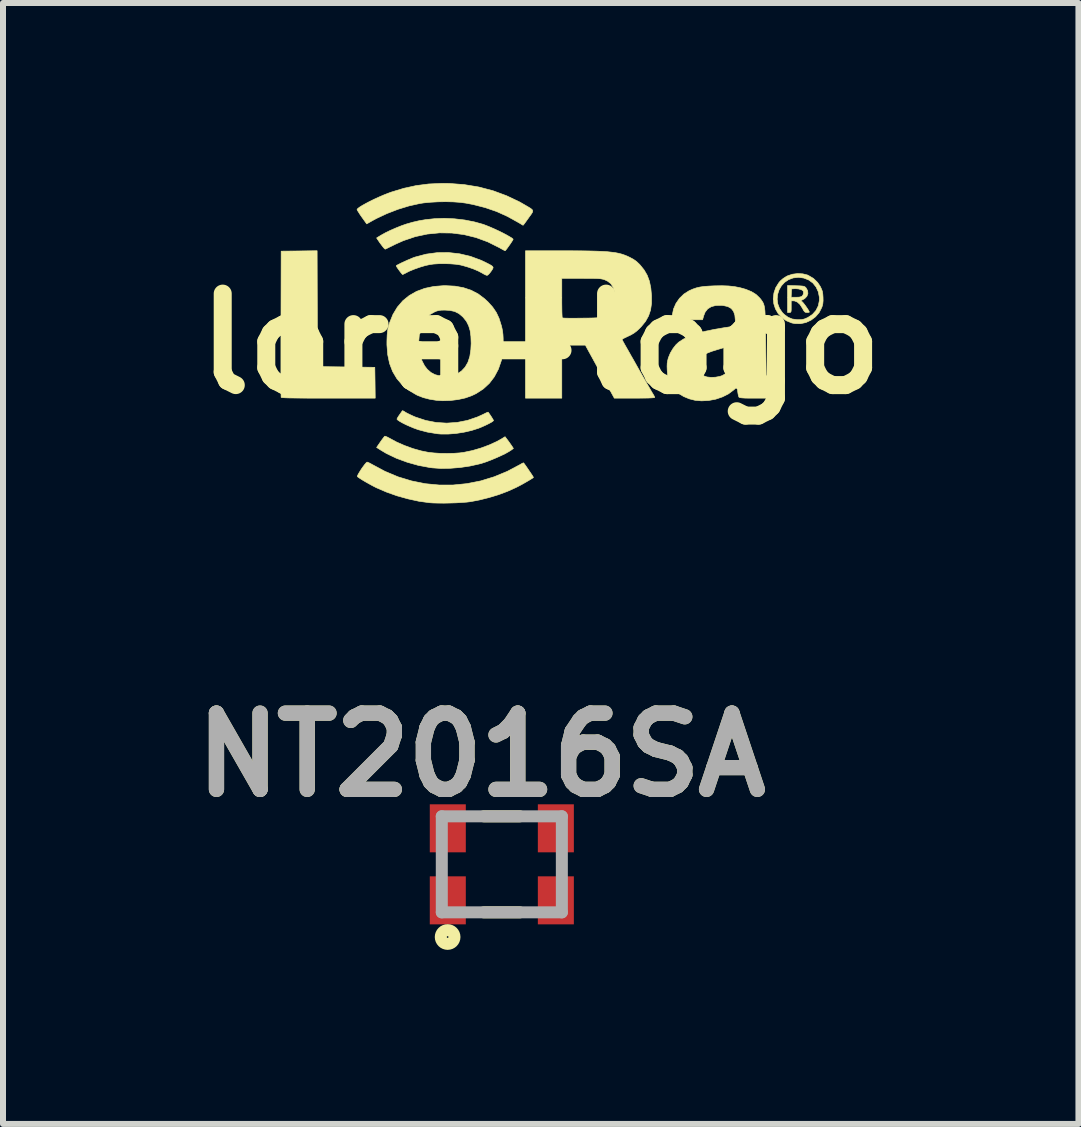
<source format=kicad_pcb>
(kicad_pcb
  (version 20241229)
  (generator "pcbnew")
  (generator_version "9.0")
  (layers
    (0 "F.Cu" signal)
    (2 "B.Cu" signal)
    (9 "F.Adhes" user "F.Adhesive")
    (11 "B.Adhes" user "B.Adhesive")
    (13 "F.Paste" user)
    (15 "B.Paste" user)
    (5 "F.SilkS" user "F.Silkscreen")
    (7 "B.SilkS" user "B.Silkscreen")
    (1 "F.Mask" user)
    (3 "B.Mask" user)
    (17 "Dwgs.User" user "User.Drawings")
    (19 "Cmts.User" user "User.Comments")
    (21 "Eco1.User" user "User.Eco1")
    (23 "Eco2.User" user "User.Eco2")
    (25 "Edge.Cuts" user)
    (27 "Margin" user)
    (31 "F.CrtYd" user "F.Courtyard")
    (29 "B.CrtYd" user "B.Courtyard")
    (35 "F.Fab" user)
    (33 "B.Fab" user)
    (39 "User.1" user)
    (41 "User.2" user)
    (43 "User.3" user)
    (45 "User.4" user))
  (footprint "lora-logo"
    (layer "F.Cu")
    (at 5.958 2.676)
    (property "Reference" "lora-logo" (at 0 0 0) (layer "F.SilkS") (effects (font (size 1.524 1.524) (thickness 0.3))))
    (attr through_hole)
    (fp_poly (pts (xy -3.722 -0.584) (xy -3.719 0.381) (xy -3.242 0.387) (xy -2.764 0.393) (xy -2.76 0.65) (xy -2.757 0.907) (xy -3.538 0.907) (xy -3.701 0.907) (xy -3.842 0.907) (xy -3.961 0.906) (xy -4.061 0.905) (xy -4.142 0.904) (xy -4.206 0.903) (xy -4.255 0.901) (xy -4.289 0.899) (xy -4.312 0.897) (xy -4.323 0.894) (xy -4.325 0.892) (xy -4.325 0.878) (xy -4.326 0.842) (xy -4.327 0.784) (xy -4.327 0.707) (xy -4.327 0.613) (xy -4.328 0.503) (xy -4.328 0.378) (xy -4.328 0.241) (xy -4.328 0.093) (xy -4.328 -0.065) (xy -4.327 -0.23) (xy -4.327 -0.333) (xy -4.324 -1.542) (xy -4.025 -1.545) (xy -3.725 -1.549) (xy -3.722 -0.584)) (stroke (width 0.01) (type solid)) (fill yes) (layer "F.SilkS"))
    (fp_poly (pts (xy -2.583 1.543) (xy -2.554 1.556) (xy -2.518 1.575) (xy -2.401 1.638) (xy -2.269 1.696) (xy -2.129 1.747) (xy -1.99 1.786) (xy -1.87 1.81) (xy -1.777 1.82) (xy -1.671 1.827) (xy -1.56 1.828) (xy -1.45 1.826) (xy -1.35 1.819) (xy -1.282 1.81) (xy -1.139 1.78) (xy -0.995 1.738) (xy -0.856 1.686) (xy -0.729 1.628) (xy -0.652 1.585) (xy -0.594 1.549) (xy -0.56 1.594) (xy -0.531 1.633) (xy -0.5 1.677) (xy -0.49 1.691) (xy -0.455 1.744) (xy -0.484 1.767) (xy -0.529 1.796) (xy -0.591 1.831) (xy -0.666 1.867) (xy -0.749 1.904) (xy -0.833 1.939) (xy -0.915 1.97) (xy -0.988 1.994) (xy -1.015 2.001) (xy -1.175 2.037) (xy -1.341 2.062) (xy -1.505 2.075) (xy -1.663 2.078) (xy -1.807 2.068) (xy -1.845 2.063) (xy -2.038 2.027) (xy -2.226 1.974) (xy -2.405 1.908) (xy -2.57 1.829) (xy -2.667 1.771) (xy -2.734 1.728) (xy -2.672 1.638) (xy -2.643 1.597) (xy -2.618 1.564) (xy -2.602 1.544) (xy -2.598 1.541) (xy -2.583 1.543)) (stroke (width 0.01) (type solid)) (fill yes) (layer "F.SilkS"))
    (fp_poly (pts (xy -2.292 1.119) (xy -2.268 1.132) (xy -2.254 1.142) (xy -2.223 1.159) (xy -2.176 1.182) (xy -2.122 1.207) (xy -2.087 1.222) (xy -1.917 1.278) (xy -1.743 1.312) (xy -1.567 1.323) (xy -1.391 1.311) (xy -1.219 1.277) (xy -1.053 1.22) (xy -0.963 1.179) (xy -0.923 1.159) (xy -0.893 1.145) (xy -0.877 1.14) (xy -0.876 1.14) (xy -0.864 1.156) (xy -0.845 1.183) (xy -0.823 1.216) (xy -0.803 1.248) (xy -0.79 1.271) (xy -0.786 1.279) (xy -0.797 1.291) (xy -0.825 1.31) (xy -0.868 1.333) (xy -0.921 1.359) (xy -0.979 1.385) (xy -1.035 1.408) (xy -1.151 1.445) (xy -1.278 1.474) (xy -1.411 1.495) (xy -1.541 1.505) (xy -1.662 1.505) (xy -1.721 1.5) (xy -1.89 1.472) (xy -2.041 1.432) (xy -2.118 1.404) (xy -2.182 1.377) (xy -2.245 1.349) (xy -2.301 1.321) (xy -2.347 1.295) (xy -2.38 1.273) (xy -2.394 1.258) (xy -2.395 1.256) (xy -2.388 1.24) (xy -2.371 1.211) (xy -2.35 1.181) (xy -2.327 1.148) (xy -2.31 1.124) (xy -2.303 1.115) (xy -2.292 1.119)) (stroke (width 0.01) (type solid)) (fill yes) (layer "F.SilkS"))
    (fp_poly (pts (xy -1.352 -1.498) (xy -1.17 -1.455) (xy -0.994 -1.39) (xy -0.924 -1.357) (xy -0.865 -1.327) (xy -0.825 -1.305) (xy -0.802 -1.287) (xy -0.793 -1.271) (xy -0.798 -1.252) (xy -0.813 -1.227) (xy -0.828 -1.205) (xy -0.854 -1.171) (xy -0.878 -1.147) (xy -0.894 -1.138) (xy -0.914 -1.144) (xy -0.947 -1.16) (xy -0.974 -1.176) (xy -1.04 -1.211) (xy -1.122 -1.246) (xy -1.212 -1.277) (xy -1.302 -1.303) (xy -1.343 -1.313) (xy -1.417 -1.324) (xy -1.506 -1.331) (xy -1.603 -1.334) (xy -1.7 -1.333) (xy -1.788 -1.327) (xy -1.845 -1.319) (xy -1.923 -1.302) (xy -2.013 -1.275) (xy -2.104 -1.243) (xy -2.187 -1.209) (xy -2.219 -1.193) (xy -2.257 -1.173) (xy -2.286 -1.159) (xy -2.299 -1.152) (xy -2.308 -1.159) (xy -2.327 -1.181) (xy -2.35 -1.211) (xy -2.374 -1.244) (xy -2.394 -1.273) (xy -2.405 -1.293) (xy -2.407 -1.298) (xy -2.397 -1.307) (xy -2.368 -1.322) (xy -2.327 -1.343) (xy -2.277 -1.366) (xy -2.223 -1.391) (xy -2.17 -1.413) (xy -2.123 -1.433) (xy -2.091 -1.444) (xy -1.91 -1.492) (xy -1.725 -1.517) (xy -1.538 -1.519) (xy -1.352 -1.498)) (stroke (width 0.01) (type solid)) (fill yes) (layer "F.SilkS"))
    (fp_poly (pts (xy -1.437 -2.081) (xy -1.265 -2.061) (xy -1.1 -2.028) (xy -0.957 -1.988) (xy -0.902 -1.967) (xy -0.838 -1.941) (xy -0.77 -1.911) (xy -0.701 -1.879) (xy -0.634 -1.846) (xy -0.573 -1.814) (xy -0.522 -1.785) (xy -0.484 -1.762) (xy -0.463 -1.745) (xy -0.46 -1.739) (xy -0.466 -1.726) (xy -0.483 -1.699) (xy -0.506 -1.664) (xy -0.533 -1.626) (xy -0.558 -1.591) (xy -0.579 -1.564) (xy -0.591 -1.55) (xy -0.593 -1.549) (xy -0.605 -1.554) (xy -0.634 -1.569) (xy -0.673 -1.591) (xy -0.693 -1.602) (xy -0.883 -1.697) (xy -1.079 -1.769) (xy -1.279 -1.818) (xy -1.482 -1.844) (xy -1.686 -1.847) (xy -1.889 -1.827) (xy -2.09 -1.784) (xy -2.288 -1.717) (xy -2.418 -1.659) (xy -2.476 -1.63) (xy -2.526 -1.606) (xy -2.564 -1.587) (xy -2.586 -1.577) (xy -2.59 -1.575) (xy -2.601 -1.582) (xy -2.622 -1.605) (xy -2.649 -1.64) (xy -2.68 -1.681) (xy -2.71 -1.726) (xy -2.714 -1.731) (xy -2.734 -1.762) (xy -2.664 -1.805) (xy -2.593 -1.845) (xy -2.507 -1.887) (xy -2.413 -1.928) (xy -2.318 -1.966) (xy -2.238 -1.994) (xy -2.129 -2.025) (xy -2.025 -2.049) (xy -1.917 -2.067) (xy -1.796 -2.08) (xy -1.769 -2.083) (xy -1.607 -2.089) (xy -1.437 -2.081)) (stroke (width 0.01) (type solid)) (fill yes) (layer "F.SilkS"))
    (fp_poly (pts (xy -1.527 -2.67) (xy -1.277 -2.651) (xy -1.033 -2.611) (xy -0.796 -2.549) (xy -0.569 -2.465) (xy -0.352 -2.362) (xy -0.274 -2.317) (xy -0.212 -2.281) (xy -0.169 -2.255) (xy -0.143 -2.234) (xy -0.133 -2.214) (xy -0.137 -2.192) (xy -0.155 -2.162) (xy -0.185 -2.121) (xy -0.204 -2.094) (xy -0.237 -2.048) (xy -0.265 -2.009) (xy -0.285 -1.983) (xy -0.294 -1.973) (xy -0.294 -1.973) (xy -0.305 -1.979) (xy -0.331 -1.995) (xy -0.367 -2.017) (xy -0.375 -2.021) (xy -0.553 -2.12) (xy -0.734 -2.202) (xy -0.923 -2.267) (xy -1.126 -2.319) (xy -1.246 -2.342) (xy -1.343 -2.355) (xy -1.457 -2.363) (xy -1.581 -2.366) (xy -1.709 -2.364) (xy -1.834 -2.357) (xy -1.948 -2.346) (xy -2.014 -2.336) (xy -2.193 -2.296) (xy -2.379 -2.239) (xy -2.563 -2.168) (xy -2.74 -2.085) (xy -2.813 -2.045) (xy -2.899 -1.996) (xy -2.98 -2.109) (xy -3.012 -2.155) (xy -3.037 -2.195) (xy -3.055 -2.223) (xy -3.06 -2.235) (xy -3.049 -2.251) (xy -3.019 -2.274) (xy -2.973 -2.303) (xy -2.914 -2.336) (xy -2.846 -2.372) (xy -2.77 -2.409) (xy -2.691 -2.445) (xy -2.612 -2.479) (xy -2.535 -2.509) (xy -2.489 -2.526) (xy -2.281 -2.589) (xy -2.076 -2.634) (xy -1.867 -2.661) (xy -1.65 -2.671) (xy -1.527 -2.67)) (stroke (width 0.01) (type solid)) (fill yes) (layer "F.SilkS"))
    (fp_poly (pts (xy 4.253 -0.966) (xy 4.313 -0.964) (xy 4.354 -0.961) (xy 4.381 -0.957) (xy 4.399 -0.95) (xy 4.412 -0.939) (xy 4.422 -0.928) (xy 4.447 -0.882) (xy 4.451 -0.835) (xy 4.434 -0.79) (xy 4.398 -0.752) (xy 4.363 -0.732) (xy 4.339 -0.721) (xy 4.336 -0.713) (xy 4.35 -0.704) (xy 4.351 -0.703) (xy 4.366 -0.689) (xy 4.389 -0.661) (xy 4.416 -0.625) (xy 4.442 -0.587) (xy 4.463 -0.554) (xy 4.474 -0.531) (xy 4.475 -0.526) (xy 4.465 -0.522) (xy 4.439 -0.52) (xy 4.436 -0.52) (xy 4.413 -0.522) (xy 4.396 -0.532) (xy 4.379 -0.555) (xy 4.362 -0.587) (xy 4.32 -0.653) (xy 4.275 -0.694) (xy 4.228 -0.713) (xy 4.214 -0.714) (xy 4.173 -0.714) (xy 4.173 -0.617) (xy 4.173 -0.569) (xy 4.171 -0.54) (xy 4.165 -0.526) (xy 4.155 -0.521) (xy 4.143 -0.52) (xy 4.112 -0.52) (xy 4.112 -0.774) (xy 4.172 -0.774) (xy 4.253 -0.774) (xy 4.306 -0.776) (xy 4.34 -0.784) (xy 4.356 -0.794) (xy 4.373 -0.821) (xy 4.378 -0.849) (xy 4.374 -0.875) (xy 4.357 -0.892) (xy 4.335 -0.902) (xy 4.294 -0.913) (xy 4.247 -0.917) (xy 4.235 -0.917) (xy 4.179 -0.913) (xy 4.175 -0.844) (xy 4.172 -0.774) (xy 4.112 -0.774) (xy 4.112 -0.97) (xy 4.253 -0.966)) (stroke (width 0.01) (type solid)) (fill yes) (layer "F.SilkS"))
    (fp_poly (pts (xy -2.874 1.978) (xy -2.842 1.993) (xy -2.808 2.012) (xy -2.595 2.126) (xy -2.376 2.218) (xy -2.151 2.286) (xy -1.923 2.332) (xy -1.692 2.354) (xy -1.461 2.354) (xy -1.23 2.331) (xy -1.001 2.286) (xy -0.776 2.217) (xy -0.556 2.126) (xy -0.341 2.012) (xy -0.335 2.008) (xy -0.307 1.992) (xy -0.288 1.985) (xy -0.285 1.985) (xy -0.273 2.001) (xy -0.251 2.031) (xy -0.224 2.07) (xy -0.195 2.113) (xy -0.167 2.154) (xy -0.143 2.19) (xy -0.127 2.216) (xy -0.121 2.226) (xy -0.131 2.236) (xy -0.159 2.254) (xy -0.2 2.279) (xy -0.25 2.308) (xy -0.306 2.34) (xy -0.364 2.371) (xy -0.419 2.399) (xy -0.42 2.399) (xy -0.553 2.459) (xy -0.702 2.515) (xy -0.861 2.563) (xy -1.021 2.603) (xy -1.167 2.631) (xy -1.232 2.639) (xy -1.316 2.645) (xy -1.411 2.651) (xy -1.512 2.654) (xy -1.613 2.656) (xy -1.709 2.655) (xy -1.792 2.653) (xy -1.851 2.649) (xy -2.027 2.625) (xy -2.21 2.585) (xy -2.394 2.534) (xy -2.571 2.471) (xy -2.733 2.401) (xy -2.752 2.392) (xy -2.806 2.364) (xy -2.864 2.332) (xy -2.921 2.3) (xy -2.973 2.269) (xy -3.015 2.242) (xy -3.044 2.222) (xy -3.055 2.212) (xy -3.052 2.197) (xy -3.037 2.168) (xy -3.014 2.13) (xy -2.987 2.087) (xy -2.957 2.045) (xy -2.93 2.009) (xy -2.907 1.983) (xy -2.893 1.972) (xy -2.892 1.972) (xy -2.874 1.978)) (stroke (width 0.01) (type solid)) (fill yes) (layer "F.SilkS"))
    (fp_poly (pts (xy 4.366 -1.164) (xy 4.443 -1.145) (xy 4.456 -1.139) (xy 4.543 -1.088) (xy 4.612 -1.021) (xy 4.657 -0.954) (xy 4.678 -0.91) (xy 4.692 -0.872) (xy 4.699 -0.829) (xy 4.703 -0.774) (xy 4.704 -0.715) (xy 4.7 -0.67) (xy 4.691 -0.63) (xy 4.681 -0.602) (xy 4.638 -0.518) (xy 4.577 -0.448) (xy 4.502 -0.392) (xy 4.418 -0.353) (xy 4.329 -0.334) (xy 4.237 -0.335) (xy 4.185 -0.345) (xy 4.093 -0.382) (xy 4.016 -0.436) (xy 3.955 -0.503) (xy 3.91 -0.581) (xy 3.883 -0.665) (xy 3.875 -0.743) (xy 3.939 -0.743) (xy 3.949 -0.664) (xy 3.978 -0.588) (xy 4.027 -0.517) (xy 4.06 -0.485) (xy 4.122 -0.44) (xy 4.19 -0.412) (xy 4.27 -0.401) (xy 4.295 -0.4) (xy 4.347 -0.402) (xy 4.389 -0.411) (xy 4.435 -0.43) (xy 4.449 -0.436) (xy 4.526 -0.487) (xy 4.585 -0.553) (xy 4.624 -0.631) (xy 4.642 -0.719) (xy 4.642 -0.774) (xy 4.624 -0.865) (xy 4.587 -0.945) (xy 4.533 -1.012) (xy 4.464 -1.062) (xy 4.382 -1.094) (xy 4.294 -1.106) (xy 4.206 -1.096) (xy 4.128 -1.067) (xy 4.062 -1.022) (xy 4.009 -0.964) (xy 3.97 -0.896) (xy 3.946 -0.821) (xy 3.939 -0.743) (xy 3.875 -0.743) (xy 3.874 -0.754) (xy 3.885 -0.845) (xy 3.915 -0.933) (xy 3.966 -1.015) (xy 3.99 -1.044) (xy 4.038 -1.086) (xy 4.096 -1.123) (xy 4.115 -1.132) (xy 4.194 -1.158) (xy 4.28 -1.169) (xy 4.366 -1.164)) (stroke (width 0.01) (type solid)) (fill yes) (layer "F.SilkS"))
    (fp_poly (pts (xy -1.427 -0.959) (xy -1.286 -0.933) (xy -1.158 -0.89) (xy -1.041 -0.829) (xy -0.933 -0.747) (xy -0.877 -0.695) (xy -0.8 -0.609) (xy -0.74 -0.521) (xy -0.694 -0.423) (xy -0.658 -0.308) (xy -0.657 -0.306) (xy -0.644 -0.252) (xy -0.635 -0.203) (xy -0.629 -0.152) (xy -0.626 -0.093) (xy -0.625 -0.017) (xy -0.625 -0.012) (xy -0.625 0.062) (xy -0.627 0.12) (xy -0.631 0.167) (xy -0.639 0.211) (xy -0.65 0.258) (xy -0.656 0.281) (xy -0.706 0.425) (xy -0.773 0.551) (xy -0.856 0.66) (xy -0.957 0.753) (xy -1.075 0.83) (xy -1.148 0.865) (xy -1.255 0.903) (xy -1.376 0.93) (xy -1.505 0.946) (xy -1.633 0.95) (xy -1.738 0.943) (xy -1.855 0.924) (xy -1.955 0.898) (xy -2.044 0.864) (xy -2.071 0.851) (xy -2.199 0.775) (xy -2.308 0.685) (xy -2.397 0.581) (xy -2.467 0.463) (xy -2.518 0.33) (xy -2.549 0.183) (xy -2.562 0.021) (xy -2.562 -0.035) (xy -2.032 -0.035) (xy -2.027 0.076) (xy -2.009 0.183) (xy -1.979 0.282) (xy -1.935 0.368) (xy -1.889 0.427) (xy -1.828 0.48) (xy -1.762 0.515) (xy -1.685 0.535) (xy -1.593 0.541) (xy -1.566 0.54) (xy -1.507 0.537) (xy -1.462 0.53) (xy -1.426 0.519) (xy -1.396 0.505) (xy -1.32 0.455) (xy -1.259 0.39) (xy -1.213 0.31) (xy -1.181 0.212) (xy -1.164 0.097) (xy -1.159 -0.006) (xy -1.163 -0.121) (xy -1.176 -0.218) (xy -1.201 -0.3) (xy -1.237 -0.372) (xy -1.288 -0.436) (xy -1.301 -0.45) (xy -1.363 -0.502) (xy -1.433 -0.537) (xy -1.515 -0.555) (xy -1.597 -0.56) (xy -1.655 -0.559) (xy -1.698 -0.554) (xy -1.737 -0.543) (xy -1.773 -0.527) (xy -1.848 -0.484) (xy -1.907 -0.43) (xy -1.954 -0.36) (xy -1.961 -0.346) (xy -1.999 -0.251) (xy -2.023 -0.145) (xy -2.032 -0.035) (xy -2.562 -0.035) (xy -2.561 -0.072) (xy -2.558 -0.146) (xy -2.552 -0.204) (xy -2.545 -0.253) (xy -2.533 -0.3) (xy -2.518 -0.348) (xy -2.462 -0.487) (xy -2.388 -0.61) (xy -2.298 -0.715) (xy -2.191 -0.802) (xy -2.07 -0.871) (xy -1.933 -0.922) (xy -1.782 -0.954) (xy -1.618 -0.967) (xy -1.584 -0.967) (xy -1.427 -0.959)) (stroke (width 0.01) (type solid)) (fill yes) (layer "F.SilkS"))
    (fp_poly (pts (xy 0.342 -1.548) (xy 0.518 -1.548) (xy 0.671 -1.547) (xy 0.805 -1.545) (xy 0.92 -1.542) (xy 1.02 -1.538) (xy 1.106 -1.533) (xy 1.179 -1.525) (xy 1.243 -1.517) (xy 1.299 -1.506) (xy 1.349 -1.493) (xy 1.396 -1.477) (xy 1.441 -1.459) (xy 1.483 -1.439) (xy 1.546 -1.405) (xy 1.598 -1.368) (xy 1.65 -1.318) (xy 1.657 -1.31) (xy 1.723 -1.228) (xy 1.774 -1.14) (xy 1.811 -1.041) (xy 1.834 -0.927) (xy 1.846 -0.798) (xy 1.846 -0.672) (xy 1.83 -0.562) (xy 1.797 -0.464) (xy 1.746 -0.372) (xy 1.675 -0.285) (xy 1.651 -0.26) (xy 1.599 -0.211) (xy 1.551 -0.175) (xy 1.497 -0.144) (xy 1.461 -0.127) (xy 1.415 -0.105) (xy 1.38 -0.088) (xy 1.359 -0.075) (xy 1.355 -0.072) (xy 1.36 -0.059) (xy 1.375 -0.031) (xy 1.397 0.009) (xy 1.413 0.037) (xy 1.434 0.074) (xy 1.465 0.128) (xy 1.503 0.196) (xy 1.548 0.274) (xy 1.595 0.358) (xy 1.644 0.445) (xy 1.656 0.466) (xy 1.703 0.549) (xy 1.748 0.627) (xy 1.789 0.698) (xy 1.823 0.757) (xy 1.849 0.803) (xy 1.867 0.832) (xy 1.87 0.837) (xy 1.888 0.868) (xy 1.898 0.89) (xy 1.899 0.895) (xy 1.887 0.899) (xy 1.851 0.902) (xy 1.792 0.905) (xy 1.71 0.906) (xy 1.605 0.907) (xy 1.562 0.907) (xy 1.226 0.907) (xy 1.049 0.584) (xy 1.001 0.496) (xy 0.954 0.409) (xy 0.909 0.326) (xy 0.869 0.253) (xy 0.835 0.191) (xy 0.811 0.147) (xy 0.808 0.142) (xy 0.744 0.024) (xy 0.547 0.024) (xy 0.351 0.024) (xy 0.351 0.907) (xy -0.254 0.907) (xy -0.254 -1.089) (xy 0.351 -1.089) (xy 0.351 -0.764) (xy 0.351 -0.678) (xy 0.352 -0.599) (xy 0.353 -0.532) (xy 0.355 -0.479) (xy 0.357 -0.444) (xy 0.36 -0.43) (xy 0.374 -0.428) (xy 0.409 -0.426) (xy 0.462 -0.425) (xy 0.529 -0.425) (xy 0.607 -0.425) (xy 0.694 -0.426) (xy 0.695 -0.426) (xy 0.798 -0.427) (xy 0.88 -0.429) (xy 0.942 -0.432) (xy 0.99 -0.435) (xy 1.024 -0.439) (xy 1.049 -0.444) (xy 1.065 -0.45) (xy 1.134 -0.49) (xy 1.184 -0.543) (xy 1.217 -0.611) (xy 1.234 -0.696) (xy 1.237 -0.77) (xy 1.229 -0.864) (xy 1.206 -0.94) (xy 1.169 -0.999) (xy 1.114 -1.042) (xy 1.068 -1.064) (xy 1.047 -1.072) (xy 1.024 -1.077) (xy 0.997 -1.082) (xy 0.963 -1.085) (xy 0.918 -1.087) (xy 0.858 -1.088) (xy 0.781 -1.088) (xy 0.684 -1.089) (xy 0.677 -1.089) (xy 0.351 -1.089) (xy -0.254 -1.089) (xy -0.254 -1.548) (xy 0.342 -1.548)) (stroke (width 0.01) (type solid)) (fill yes) (layer "F.SilkS"))
    (fp_poly (pts (xy 3.131 -0.962) (xy 3.23 -0.951) (xy 3.321 -0.933) (xy 3.411 -0.908) (xy 3.417 -0.906) (xy 3.512 -0.867) (xy 3.588 -0.82) (xy 3.649 -0.761) (xy 3.668 -0.738) (xy 3.683 -0.717) (xy 3.696 -0.697) (xy 3.707 -0.677) (xy 3.716 -0.653) (xy 3.724 -0.625) (xy 3.73 -0.59) (xy 3.735 -0.547) (xy 3.738 -0.492) (xy 3.741 -0.424) (xy 3.744 -0.341) (xy 3.746 -0.242) (xy 3.747 -0.123) (xy 3.749 0.017) (xy 3.75 0.097) (xy 3.752 0.23) (xy 3.754 0.354) (xy 3.756 0.468) (xy 3.759 0.569) (xy 3.761 0.656) (xy 3.764 0.725) (xy 3.767 0.776) (xy 3.769 0.805) (xy 3.77 0.81) (xy 3.781 0.847) (xy 3.79 0.879) (xy 3.791 0.88) (xy 3.8 0.907) (xy 3.558 0.907) (xy 3.471 0.907) (xy 3.406 0.906) (xy 3.359 0.903) (xy 3.328 0.9) (xy 3.31 0.895) (xy 3.303 0.891) (xy 3.295 0.871) (xy 3.287 0.835) (xy 3.282 0.8) (xy 3.277 0.761) (xy 3.272 0.734) (xy 3.268 0.726) (xy 3.257 0.733) (xy 3.234 0.753) (xy 3.211 0.773) (xy 3.127 0.836) (xy 3.027 0.886) (xy 2.915 0.924) (xy 2.797 0.946) (xy 2.679 0.952) (xy 2.573 0.943) (xy 2.474 0.918) (xy 2.38 0.879) (xy 2.297 0.828) (xy 2.23 0.77) (xy 2.216 0.753) (xy 2.166 0.681) (xy 2.133 0.607) (xy 2.114 0.524) (xy 2.107 0.438) (xy 2.105 0.374) (xy 2.107 0.338) (xy 2.62 0.338) (xy 2.623 0.4) (xy 2.642 0.458) (xy 2.677 0.507) (xy 2.715 0.535) (xy 2.769 0.554) (xy 2.837 0.561) (xy 2.911 0.558) (xy 2.983 0.545) (xy 3.027 0.53) (xy 3.097 0.487) (xy 3.155 0.424) (xy 3.198 0.344) (xy 3.227 0.246) (xy 3.238 0.155) (xy 3.242 0.094) (xy 3.241 0.053) (xy 3.235 0.031) (xy 3.22 0.022) (xy 3.195 0.025) (xy 3.156 0.035) (xy 3.154 0.036) (xy 3.11 0.049) (xy 3.051 0.066) (xy 2.987 0.085) (xy 2.945 0.097) (xy 2.853 0.126) (xy 2.782 0.153) (xy 2.727 0.181) (xy 2.686 0.211) (xy 2.669 0.227) (xy 2.635 0.279) (xy 2.62 0.338) (xy 2.107 0.338) (xy 2.107 0.326) (xy 2.114 0.284) (xy 2.125 0.24) (xy 2.129 0.228) (xy 2.16 0.154) (xy 2.204 0.08) (xy 2.254 0.016) (xy 2.299 -0.026) (xy 2.381 -0.079) (xy 2.481 -0.126) (xy 2.599 -0.169) (xy 2.738 -0.207) (xy 2.899 -0.24) (xy 3.058 -0.267) (xy 3.119 -0.276) (xy 3.17 -0.285) (xy 3.209 -0.292) (xy 3.229 -0.296) (xy 3.231 -0.297) (xy 3.236 -0.312) (xy 3.24 -0.344) (xy 3.242 -0.387) (xy 3.242 -0.391) (xy 3.234 -0.475) (xy 3.212 -0.539) (xy 3.174 -0.587) (xy 3.117 -0.619) (xy 3.042 -0.636) (xy 3.008 -0.639) (xy 2.916 -0.637) (xy 2.841 -0.617) (xy 2.782 -0.581) (xy 2.739 -0.526) (xy 2.716 -0.468) (xy 2.696 -0.399) (xy 2.186 -0.399) (xy 2.192 -0.478) (xy 2.212 -0.577) (xy 2.253 -0.671) (xy 2.312 -0.756) (xy 2.386 -0.828) (xy 2.473 -0.883) (xy 2.474 -0.883) (xy 2.534 -0.91) (xy 2.592 -0.93) (xy 2.652 -0.944) (xy 2.721 -0.954) (xy 2.805 -0.96) (xy 2.891 -0.964) (xy 3.02 -0.966) (xy 3.131 -0.962)) (stroke (width 0.01) (type solid)) (fill yes) (layer "F.SilkS")))
  (footprint "NT2016SA"
    (layer "F.Cu")
    (at 5.31 11.349)
    (property "Reference" "NT2016SA" (at -0.339 -1.823 0) (layer "F.SilkS") (effects (font (size 1.27 1.27) (thickness 0.254))))
    (attr smd)
    (fp_line (start -0.3 -0.8) (end 0.3 -0.8) (stroke (width 0.2) (type solid)) (layer "F.SilkS"))
    (fp_line (start -0.3 0.8) (end 0.3 0.8) (stroke (width 0.2) (type solid)) (layer "F.SilkS"))
    (fp_circle (center -0.903 1.211) (end -0.903 1.225) (stroke (width 0.2) (type solid)) (fill no) (layer "F.SilkS"))
    (fp_line (start -1 -0.8) (end 1 -0.8) (stroke (width 0.2) (type solid)) (layer "F.Fab"))
    (fp_line (start -1 0.8) (end -1 -0.8) (stroke (width 0.2) (type solid)) (layer "F.Fab"))
    (fp_line (start 1 -0.8) (end 1 0.8) (stroke (width 0.2) (type solid)) (layer "F.Fab"))
    (fp_line (start 1 0.8) (end -1 0.8) (stroke (width 0.2) (type solid)) (layer "F.Fab"))
    (fp_text user "${REFERENCE}" (at -0.339 -1.823 0) (layer "F.Fab") (effects (font (size 1.27 1.27) (thickness 0.254))))
    (pad "1" smd rect (at -0.9 0.6) (size 0.6 0.8) (layers "F.Cu" "F.Mask" "F.Paste"))
    (pad "2" smd rect (at 0.9 0.6) (size 0.6 0.8) (layers "F.Cu" "F.Mask" "F.Paste"))
    (pad "3" smd rect (at 0.9 -0.6) (size 0.6 0.8) (layers "F.Cu" "F.Mask" "F.Paste"))
    (pad "4" smd rect (at -0.9 -0.6) (size 0.6 0.8) (layers "F.Cu" "F.Mask" "F.Paste")))
  (gr_rect
    (start -3 -3)
    (end 14.916 15.674)
    (stroke (width 0.1) (type default))
    (fill no)
    (layer "Edge.Cuts")))
</source>
